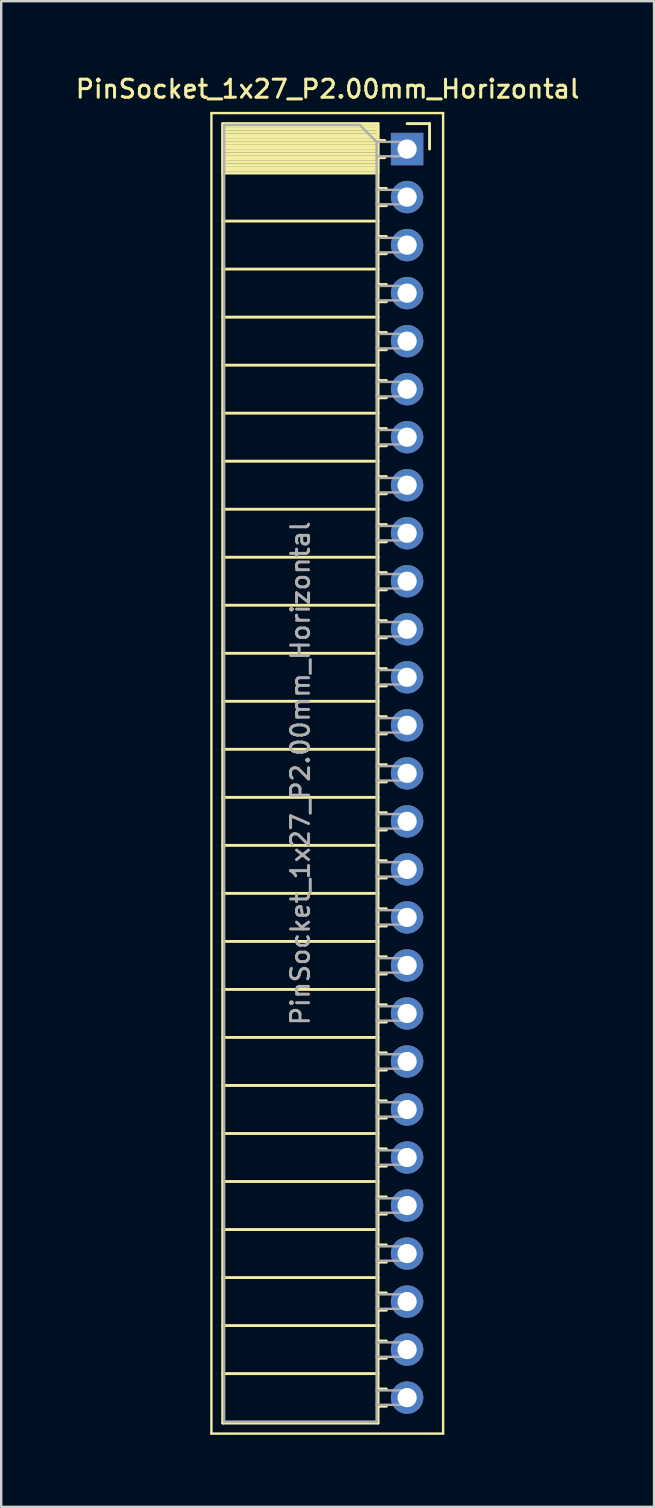
<source format=kicad_pcb>
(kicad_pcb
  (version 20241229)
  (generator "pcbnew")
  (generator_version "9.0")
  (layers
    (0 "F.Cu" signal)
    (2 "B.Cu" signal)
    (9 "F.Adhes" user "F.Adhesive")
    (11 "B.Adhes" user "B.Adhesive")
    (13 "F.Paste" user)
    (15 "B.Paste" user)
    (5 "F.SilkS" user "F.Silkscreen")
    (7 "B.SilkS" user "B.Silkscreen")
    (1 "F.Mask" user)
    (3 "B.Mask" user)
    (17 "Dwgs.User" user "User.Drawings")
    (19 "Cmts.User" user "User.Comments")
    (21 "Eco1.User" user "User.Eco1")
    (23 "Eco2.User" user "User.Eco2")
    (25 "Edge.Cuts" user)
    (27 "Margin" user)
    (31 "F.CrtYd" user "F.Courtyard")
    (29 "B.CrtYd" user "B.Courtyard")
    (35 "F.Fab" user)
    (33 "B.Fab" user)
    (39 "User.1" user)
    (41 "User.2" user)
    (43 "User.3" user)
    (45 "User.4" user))
  (footprint "PinSocket_1x27_P2.00mm_Horizontal"
    (layer "F.Cu")
    (at 13.905 3.158)
    (property "Reference" "PinSocket_1x27_P2.00mm_Horizontal" (at -3.31 -2.5 0) (layer "F.SilkS") (effects (font (size 0.75 0.75) (thickness 0.125))))
    (attr through_hole)
    (fp_line (start -8.15 -1.5) (end -8.15 53.5) (stroke (width 0.1) (type solid)) (layer "F.SilkS"))
    (fp_line (start -8.15 53.5) (end 1.5 53.5) (stroke (width 0.1) (type solid)) (layer "F.SilkS"))
    (fp_line (start -7.68 -1.06) (end -7.68 53.06) (stroke (width 0.12) (type solid)) (layer "F.SilkS"))
    (fp_line (start -7.68 -1.06) (end -1.21 -1.06) (stroke (width 0.12) (type solid)) (layer "F.SilkS"))
    (fp_line (start -7.68 -0.94) (end -1.21 -0.94) (stroke (width 0.12) (type solid)) (layer "F.SilkS"))
    (fp_line (start -7.68 -0.826) (end -1.21 -0.826) (stroke (width 0.12) (type solid)) (layer "F.SilkS"))
    (fp_line (start -7.68 -0.712) (end -1.21 -0.712) (stroke (width 0.12) (type solid)) (layer "F.SilkS"))
    (fp_line (start -7.68 -0.598) (end -1.21 -0.598) (stroke (width 0.12) (type solid)) (layer "F.SilkS"))
    (fp_line (start -7.68 -0.484) (end -1.21 -0.484) (stroke (width 0.12) (type solid)) (layer "F.SilkS"))
    (fp_line (start -7.68 -0.369) (end -1.21 -0.369) (stroke (width 0.12) (type solid)) (layer "F.SilkS"))
    (fp_line (start -7.68 -0.255) (end -1.21 -0.255) (stroke (width 0.12) (type solid)) (layer "F.SilkS"))
    (fp_line (start -7.68 -0.141) (end -1.21 -0.141) (stroke (width 0.12) (type solid)) (layer "F.SilkS"))
    (fp_line (start -7.68 -0.027) (end -1.21 -0.027) (stroke (width 0.12) (type solid)) (layer "F.SilkS"))
    (fp_line (start -7.68 0.087) (end -1.21 0.087) (stroke (width 0.12) (type solid)) (layer "F.SilkS"))
    (fp_line (start -7.68 0.201) (end -1.21 0.201) (stroke (width 0.12) (type solid)) (layer "F.SilkS"))
    (fp_line (start -7.68 0.315) (end -1.21 0.315) (stroke (width 0.12) (type solid)) (layer "F.SilkS"))
    (fp_line (start -7.68 0.429) (end -1.21 0.429) (stroke (width 0.12) (type solid)) (layer "F.SilkS"))
    (fp_line (start -7.68 0.544) (end -1.21 0.544) (stroke (width 0.12) (type solid)) (layer "F.SilkS"))
    (fp_line (start -7.68 0.658) (end -1.21 0.658) (stroke (width 0.12) (type solid)) (layer "F.SilkS"))
    (fp_line (start -7.68 0.772) (end -1.21 0.772) (stroke (width 0.12) (type solid)) (layer "F.SilkS"))
    (fp_line (start -7.68 0.886) (end -1.21 0.886) (stroke (width 0.12) (type solid)) (layer "F.SilkS"))
    (fp_line (start -7.68 1) (end -1.21 1) (stroke (width 0.12) (type solid)) (layer "F.SilkS"))
    (fp_line (start -7.68 3) (end -1.21 3) (stroke (width 0.12) (type solid)) (layer "F.SilkS"))
    (fp_line (start -7.68 5) (end -1.21 5) (stroke (width 0.12) (type solid)) (layer "F.SilkS"))
    (fp_line (start -7.68 7) (end -1.21 7) (stroke (width 0.12) (type solid)) (layer "F.SilkS"))
    (fp_line (start -7.68 9) (end -1.21 9) (stroke (width 0.12) (type solid)) (layer "F.SilkS"))
    (fp_line (start -7.68 11) (end -1.21 11) (stroke (width 0.12) (type solid)) (layer "F.SilkS"))
    (fp_line (start -7.68 13) (end -1.21 13) (stroke (width 0.12) (type solid)) (layer "F.SilkS"))
    (fp_line (start -7.68 15) (end -1.21 15) (stroke (width 0.12) (type solid)) (layer "F.SilkS"))
    (fp_line (start -7.68 17) (end -1.21 17) (stroke (width 0.12) (type solid)) (layer "F.SilkS"))
    (fp_line (start -7.68 19) (end -1.21 19) (stroke (width 0.12) (type solid)) (layer "F.SilkS"))
    (fp_line (start -7.68 21) (end -1.21 21) (stroke (width 0.12) (type solid)) (layer "F.SilkS"))
    (fp_line (start -7.68 23) (end -1.21 23) (stroke (width 0.12) (type solid)) (layer "F.SilkS"))
    (fp_line (start -7.68 25) (end -1.21 25) (stroke (width 0.12) (type solid)) (layer "F.SilkS"))
    (fp_line (start -7.68 27) (end -1.21 27) (stroke (width 0.12) (type solid)) (layer "F.SilkS"))
    (fp_line (start -7.68 29) (end -1.21 29) (stroke (width 0.12) (type solid)) (layer "F.SilkS"))
    (fp_line (start -7.68 31) (end -1.21 31) (stroke (width 0.12) (type solid)) (layer "F.SilkS"))
    (fp_line (start -7.68 33) (end -1.21 33) (stroke (width 0.12) (type solid)) (layer "F.SilkS"))
    (fp_line (start -7.68 35) (end -1.21 35) (stroke (width 0.12) (type solid)) (layer "F.SilkS"))
    (fp_line (start -7.68 37) (end -1.21 37) (stroke (width 0.12) (type solid)) (layer "F.SilkS"))
    (fp_line (start -7.68 39) (end -1.21 39) (stroke (width 0.12) (type solid)) (layer "F.SilkS"))
    (fp_line (start -7.68 41) (end -1.21 41) (stroke (width 0.12) (type solid)) (layer "F.SilkS"))
    (fp_line (start -7.68 43) (end -1.21 43) (stroke (width 0.12) (type solid)) (layer "F.SilkS"))
    (fp_line (start -7.68 45) (end -1.21 45) (stroke (width 0.12) (type solid)) (layer "F.SilkS"))
    (fp_line (start -7.68 47) (end -1.21 47) (stroke (width 0.12) (type solid)) (layer "F.SilkS"))
    (fp_line (start -7.68 49) (end -1.21 49) (stroke (width 0.12) (type solid)) (layer "F.SilkS"))
    (fp_line (start -7.68 51) (end -1.21 51) (stroke (width 0.12) (type solid)) (layer "F.SilkS"))
    (fp_line (start -7.68 53.06) (end -1.21 53.06) (stroke (width 0.12) (type solid)) (layer "F.SilkS"))
    (fp_line (start -1.21 -1.06) (end -1.21 53.06) (stroke (width 0.12) (type solid)) (layer "F.SilkS"))
    (fp_line (start -1.21 -0.36) (end -0.935 -0.36) (stroke (width 0.12) (type solid)) (layer "F.SilkS"))
    (fp_line (start -1.21 0.36) (end -0.935 0.36) (stroke (width 0.12) (type solid)) (layer "F.SilkS"))
    (fp_line (start -1.21 1.64) (end -0.863 1.64) (stroke (width 0.12) (type solid)) (layer "F.SilkS"))
    (fp_line (start -1.21 2.36) (end -0.863 2.36) (stroke (width 0.12) (type solid)) (layer "F.SilkS"))
    (fp_line (start -1.21 3.64) (end -0.863 3.64) (stroke (width 0.12) (type solid)) (layer "F.SilkS"))
    (fp_line (start -1.21 4.36) (end -0.863 4.36) (stroke (width 0.12) (type solid)) (layer "F.SilkS"))
    (fp_line (start -1.21 5.64) (end -0.863 5.64) (stroke (width 0.12) (type solid)) (layer "F.SilkS"))
    (fp_line (start -1.21 6.36) (end -0.863 6.36) (stroke (width 0.12) (type solid)) (layer "F.SilkS"))
    (fp_line (start -1.21 7.64) (end -0.863 7.64) (stroke (width 0.12) (type solid)) (layer "F.SilkS"))
    (fp_line (start -1.21 8.36) (end -0.863 8.36) (stroke (width 0.12) (type solid)) (layer "F.SilkS"))
    (fp_line (start -1.21 9.64) (end -0.863 9.64) (stroke (width 0.12) (type solid)) (layer "F.SilkS"))
    (fp_line (start -1.21 10.36) (end -0.863 10.36) (stroke (width 0.12) (type solid)) (layer "F.SilkS"))
    (fp_line (start -1.21 11.64) (end -0.863 11.64) (stroke (width 0.12) (type solid)) (layer "F.SilkS"))
    (fp_line (start -1.21 12.36) (end -0.863 12.36) (stroke (width 0.12) (type solid)) (layer "F.SilkS"))
    (fp_line (start -1.21 13.64) (end -0.863 13.64) (stroke (width 0.12) (type solid)) (layer "F.SilkS"))
    (fp_line (start -1.21 14.36) (end -0.863 14.36) (stroke (width 0.12) (type solid)) (layer "F.SilkS"))
    (fp_line (start -1.21 15.64) (end -0.863 15.64) (stroke (width 0.12) (type solid)) (layer "F.SilkS"))
    (fp_line (start -1.21 16.36) (end -0.863 16.36) (stroke (width 0.12) (type solid)) (layer "F.SilkS"))
    (fp_line (start -1.21 17.64) (end -0.863 17.64) (stroke (width 0.12) (type solid)) (layer "F.SilkS"))
    (fp_line (start -1.21 18.36) (end -0.863 18.36) (stroke (width 0.12) (type solid)) (layer "F.SilkS"))
    (fp_line (start -1.21 19.64) (end -0.863 19.64) (stroke (width 0.12) (type solid)) (layer "F.SilkS"))
    (fp_line (start -1.21 20.36) (end -0.863 20.36) (stroke (width 0.12) (type solid)) (layer "F.SilkS"))
    (fp_line (start -1.21 21.64) (end -0.863 21.64) (stroke (width 0.12) (type solid)) (layer "F.SilkS"))
    (fp_line (start -1.21 22.36) (end -0.863 22.36) (stroke (width 0.12) (type solid)) (layer "F.SilkS"))
    (fp_line (start -1.21 23.64) (end -0.863 23.64) (stroke (width 0.12) (type solid)) (layer "F.SilkS"))
    (fp_line (start -1.21 24.36) (end -0.863 24.36) (stroke (width 0.12) (type solid)) (layer "F.SilkS"))
    (fp_line (start -1.21 25.64) (end -0.863 25.64) (stroke (width 0.12) (type solid)) (layer "F.SilkS"))
    (fp_line (start -1.21 26.36) (end -0.863 26.36) (stroke (width 0.12) (type solid)) (layer "F.SilkS"))
    (fp_line (start -1.21 27.64) (end -0.863 27.64) (stroke (width 0.12) (type solid)) (layer "F.SilkS"))
    (fp_line (start -1.21 28.36) (end -0.863 28.36) (stroke (width 0.12) (type solid)) (layer "F.SilkS"))
    (fp_line (start -1.21 29.64) (end -0.863 29.64) (stroke (width 0.12) (type solid)) (layer "F.SilkS"))
    (fp_line (start -1.21 30.36) (end -0.863 30.36) (stroke (width 0.12) (type solid)) (layer "F.SilkS"))
    (fp_line (start -1.21 31.64) (end -0.863 31.64) (stroke (width 0.12) (type solid)) (layer "F.SilkS"))
    (fp_line (start -1.21 32.36) (end -0.863 32.36) (stroke (width 0.12) (type solid)) (layer "F.SilkS"))
    (fp_line (start -1.21 33.64) (end -0.863 33.64) (stroke (width 0.12) (type solid)) (layer "F.SilkS"))
    (fp_line (start -1.21 34.36) (end -0.863 34.36) (stroke (width 0.12) (type solid)) (layer "F.SilkS"))
    (fp_line (start -1.21 35.64) (end -0.863 35.64) (stroke (width 0.12) (type solid)) (layer "F.SilkS"))
    (fp_line (start -1.21 36.36) (end -0.863 36.36) (stroke (width 0.12) (type solid)) (layer "F.SilkS"))
    (fp_line (start -1.21 37.64) (end -0.863 37.64) (stroke (width 0.12) (type solid)) (layer "F.SilkS"))
    (fp_line (start -1.21 38.36) (end -0.863 38.36) (stroke (width 0.12) (type solid)) (layer "F.SilkS"))
    (fp_line (start -1.21 39.64) (end -0.863 39.64) (stroke (width 0.12) (type solid)) (layer "F.SilkS"))
    (fp_line (start -1.21 40.36) (end -0.863 40.36) (stroke (width 0.12) (type solid)) (layer "F.SilkS"))
    (fp_line (start -1.21 41.64) (end -0.863 41.64) (stroke (width 0.12) (type solid)) (layer "F.SilkS"))
    (fp_line (start -1.21 42.36) (end -0.863 42.36) (stroke (width 0.12) (type solid)) (layer "F.SilkS"))
    (fp_line (start -1.21 43.64) (end -0.863 43.64) (stroke (width 0.12) (type solid)) (layer "F.SilkS"))
    (fp_line (start -1.21 44.36) (end -0.863 44.36) (stroke (width 0.12) (type solid)) (layer "F.SilkS"))
    (fp_line (start -1.21 45.64) (end -0.863 45.64) (stroke (width 0.12) (type solid)) (layer "F.SilkS"))
    (fp_line (start -1.21 46.36) (end -0.863 46.36) (stroke (width 0.12) (type solid)) (layer "F.SilkS"))
    (fp_line (start -1.21 47.64) (end -0.863 47.64) (stroke (width 0.12) (type solid)) (layer "F.SilkS"))
    (fp_line (start -1.21 48.36) (end -0.863 48.36) (stroke (width 0.12) (type solid)) (layer "F.SilkS"))
    (fp_line (start -1.21 49.64) (end -0.863 49.64) (stroke (width 0.12) (type solid)) (layer "F.SilkS"))
    (fp_line (start -1.21 50.36) (end -0.863 50.36) (stroke (width 0.12) (type solid)) (layer "F.SilkS"))
    (fp_line (start -1.21 51.64) (end -0.863 51.64) (stroke (width 0.12) (type solid)) (layer "F.SilkS"))
    (fp_line (start -1.21 52.36) (end -0.863 52.36) (stroke (width 0.12) (type solid)) (layer "F.SilkS"))
    (fp_line (start 0 -1.06) (end 0.935 -1.06) (stroke (width 0.12) (type solid)) (layer "F.SilkS"))
    (fp_line (start 0.935 -1.06) (end 0.935 0) (stroke (width 0.12) (type solid)) (layer "F.SilkS"))
    (fp_line (start 1.5 -1.5) (end -8.15 -1.5) (stroke (width 0.1) (type solid)) (layer "F.SilkS"))
    (fp_line (start 1.5 53.5) (end 1.5 -1.5) (stroke (width 0.1) (type solid)) (layer "F.SilkS"))
    (fp_line (start -7.62 -1) (end -1.97 -1) (stroke (width 0.1) (type solid)) (layer "F.Fab"))
    (fp_line (start -7.62 53) (end -7.62 -1) (stroke (width 0.1) (type solid)) (layer "F.Fab"))
    (fp_line (start -1.97 -1) (end -1.27 -0.3) (stroke (width 0.1) (type solid)) (layer "F.Fab"))
    (fp_line (start -1.27 -0.3) (end -1.27 53) (stroke (width 0.1) (type solid)) (layer "F.Fab"))
    (fp_line (start -1.27 0.3) (end 0 0.3) (stroke (width 0.1) (type solid)) (layer "F.Fab"))
    (fp_line (start -1.27 2.3) (end 0 2.3) (stroke (width 0.1) (type solid)) (layer "F.Fab"))
    (fp_line (start -1.27 4.3) (end 0 4.3) (stroke (width 0.1) (type solid)) (layer "F.Fab"))
    (fp_line (start -1.27 6.3) (end 0 6.3) (stroke (width 0.1) (type solid)) (layer "F.Fab"))
    (fp_line (start -1.27 8.3) (end 0 8.3) (stroke (width 0.1) (type solid)) (layer "F.Fab"))
    (fp_line (start -1.27 10.3) (end 0 10.3) (stroke (width 0.1) (type solid)) (layer "F.Fab"))
    (fp_line (start -1.27 12.3) (end 0 12.3) (stroke (width 0.1) (type solid)) (layer "F.Fab"))
    (fp_line (start -1.27 14.3) (end 0 14.3) (stroke (width 0.1) (type solid)) (layer "F.Fab"))
    (fp_line (start -1.27 16.3) (end 0 16.3) (stroke (width 0.1) (type solid)) (layer "F.Fab"))
    (fp_line (start -1.27 18.3) (end 0 18.3) (stroke (width 0.1) (type solid)) (layer "F.Fab"))
    (fp_line (start -1.27 20.3) (end 0 20.3) (stroke (width 0.1) (type solid)) (layer "F.Fab"))
    (fp_line (start -1.27 22.3) (end 0 22.3) (stroke (width 0.1) (type solid)) (layer "F.Fab"))
    (fp_line (start -1.27 24.3) (end 0 24.3) (stroke (width 0.1) (type solid)) (layer "F.Fab"))
    (fp_line (start -1.27 26.3) (end 0 26.3) (stroke (width 0.1) (type solid)) (layer "F.Fab"))
    (fp_line (start -1.27 28.3) (end 0 28.3) (stroke (width 0.1) (type solid)) (layer "F.Fab"))
    (fp_line (start -1.27 30.3) (end 0 30.3) (stroke (width 0.1) (type solid)) (layer "F.Fab"))
    (fp_line (start -1.27 32.3) (end 0 32.3) (stroke (width 0.1) (type solid)) (layer "F.Fab"))
    (fp_line (start -1.27 34.3) (end 0 34.3) (stroke (width 0.1) (type solid)) (layer "F.Fab"))
    (fp_line (start -1.27 36.3) (end 0 36.3) (stroke (width 0.1) (type solid)) (layer "F.Fab"))
    (fp_line (start -1.27 38.3) (end 0 38.3) (stroke (width 0.1) (type solid)) (layer "F.Fab"))
    (fp_line (start -1.27 40.3) (end 0 40.3) (stroke (width 0.1) (type solid)) (layer "F.Fab"))
    (fp_line (start -1.27 42.3) (end 0 42.3) (stroke (width 0.1) (type solid)) (layer "F.Fab"))
    (fp_line (start -1.27 44.3) (end 0 44.3) (stroke (width 0.1) (type solid)) (layer "F.Fab"))
    (fp_line (start -1.27 46.3) (end 0 46.3) (stroke (width 0.1) (type solid)) (layer "F.Fab"))
    (fp_line (start -1.27 48.3) (end 0 48.3) (stroke (width 0.1) (type solid)) (layer "F.Fab"))
    (fp_line (start -1.27 50.3) (end 0 50.3) (stroke (width 0.1) (type solid)) (layer "F.Fab"))
    (fp_line (start -1.27 52.3) (end 0 52.3) (stroke (width 0.1) (type solid)) (layer "F.Fab"))
    (fp_line (start -1.27 53) (end -7.62 53) (stroke (width 0.1) (type solid)) (layer "F.Fab"))
    (fp_line (start 0 -0.3) (end -1.27 -0.3) (stroke (width 0.1) (type solid)) (layer "F.Fab"))
    (fp_line (start 0 0.3) (end 0 -0.3) (stroke (width 0.1) (type solid)) (layer "F.Fab"))
    (fp_line (start 0 1.7) (end -1.27 1.7) (stroke (width 0.1) (type solid)) (layer "F.Fab"))
    (fp_line (start 0 2.3) (end 0 1.7) (stroke (width 0.1) (type solid)) (layer "F.Fab"))
    (fp_line (start 0 3.7) (end -1.27 3.7) (stroke (width 0.1) (type solid)) (layer "F.Fab"))
    (fp_line (start 0 4.3) (end 0 3.7) (stroke (width 0.1) (type solid)) (layer "F.Fab"))
    (fp_line (start 0 5.7) (end -1.27 5.7) (stroke (width 0.1) (type solid)) (layer "F.Fab"))
    (fp_line (start 0 6.3) (end 0 5.7) (stroke (width 0.1) (type solid)) (layer "F.Fab"))
    (fp_line (start 0 7.7) (end -1.27 7.7) (stroke (width 0.1) (type solid)) (layer "F.Fab"))
    (fp_line (start 0 8.3) (end 0 7.7) (stroke (width 0.1) (type solid)) (layer "F.Fab"))
    (fp_line (start 0 9.7) (end -1.27 9.7) (stroke (width 0.1) (type solid)) (layer "F.Fab"))
    (fp_line (start 0 10.3) (end 0 9.7) (stroke (width 0.1) (type solid)) (layer "F.Fab"))
    (fp_line (start 0 11.7) (end -1.27 11.7) (stroke (width 0.1) (type solid)) (layer "F.Fab"))
    (fp_line (start 0 12.3) (end 0 11.7) (stroke (width 0.1) (type solid)) (layer "F.Fab"))
    (fp_line (start 0 13.7) (end -1.27 13.7) (stroke (width 0.1) (type solid)) (layer "F.Fab"))
    (fp_line (start 0 14.3) (end 0 13.7) (stroke (width 0.1) (type solid)) (layer "F.Fab"))
    (fp_line (start 0 15.7) (end -1.27 15.7) (stroke (width 0.1) (type solid)) (layer "F.Fab"))
    (fp_line (start 0 16.3) (end 0 15.7) (stroke (width 0.1) (type solid)) (layer "F.Fab"))
    (fp_line (start 0 17.7) (end -1.27 17.7) (stroke (width 0.1) (type solid)) (layer "F.Fab"))
    (fp_line (start 0 18.3) (end 0 17.7) (stroke (width 0.1) (type solid)) (layer "F.Fab"))
    (fp_line (start 0 19.7) (end -1.27 19.7) (stroke (width 0.1) (type solid)) (layer "F.Fab"))
    (fp_line (start 0 20.3) (end 0 19.7) (stroke (width 0.1) (type solid)) (layer "F.Fab"))
    (fp_line (start 0 21.7) (end -1.27 21.7) (stroke (width 0.1) (type solid)) (layer "F.Fab"))
    (fp_line (start 0 22.3) (end 0 21.7) (stroke (width 0.1) (type solid)) (layer "F.Fab"))
    (fp_line (start 0 23.7) (end -1.27 23.7) (stroke (width 0.1) (type solid)) (layer "F.Fab"))
    (fp_line (start 0 24.3) (end 0 23.7) (stroke (width 0.1) (type solid)) (layer "F.Fab"))
    (fp_line (start 0 25.7) (end -1.27 25.7) (stroke (width 0.1) (type solid)) (layer "F.Fab"))
    (fp_line (start 0 26.3) (end 0 25.7) (stroke (width 0.1) (type solid)) (layer "F.Fab"))
    (fp_line (start 0 27.7) (end -1.27 27.7) (stroke (width 0.1) (type solid)) (layer "F.Fab"))
    (fp_line (start 0 28.3) (end 0 27.7) (stroke (width 0.1) (type solid)) (layer "F.Fab"))
    (fp_line (start 0 29.7) (end -1.27 29.7) (stroke (width 0.1) (type solid)) (layer "F.Fab"))
    (fp_line (start 0 30.3) (end 0 29.7) (stroke (width 0.1) (type solid)) (layer "F.Fab"))
    (fp_line (start 0 31.7) (end -1.27 31.7) (stroke (width 0.1) (type solid)) (layer "F.Fab"))
    (fp_line (start 0 32.3) (end 0 31.7) (stroke (width 0.1) (type solid)) (layer "F.Fab"))
    (fp_line (start 0 33.7) (end -1.27 33.7) (stroke (width 0.1) (type solid)) (layer "F.Fab"))
    (fp_line (start 0 34.3) (end 0 33.7) (stroke (width 0.1) (type solid)) (layer "F.Fab"))
    (fp_line (start 0 35.7) (end -1.27 35.7) (stroke (width 0.1) (type solid)) (layer "F.Fab"))
    (fp_line (start 0 36.3) (end 0 35.7) (stroke (width 0.1) (type solid)) (layer "F.Fab"))
    (fp_line (start 0 37.7) (end -1.27 37.7) (stroke (width 0.1) (type solid)) (layer "F.Fab"))
    (fp_line (start 0 38.3) (end 0 37.7) (stroke (width 0.1) (type solid)) (layer "F.Fab"))
    (fp_line (start 0 39.7) (end -1.27 39.7) (stroke (width 0.1) (type solid)) (layer "F.Fab"))
    (fp_line (start 0 40.3) (end 0 39.7) (stroke (width 0.1) (type solid)) (layer "F.Fab"))
    (fp_line (start 0 41.7) (end -1.27 41.7) (stroke (width 0.1) (type solid)) (layer "F.Fab"))
    (fp_line (start 0 42.3) (end 0 41.7) (stroke (width 0.1) (type solid)) (layer "F.Fab"))
    (fp_line (start 0 43.7) (end -1.27 43.7) (stroke (width 0.1) (type solid)) (layer "F.Fab"))
    (fp_line (start 0 44.3) (end 0 43.7) (stroke (width 0.1) (type solid)) (layer "F.Fab"))
    (fp_line (start 0 45.7) (end -1.27 45.7) (stroke (width 0.1) (type solid)) (layer "F.Fab"))
    (fp_line (start 0 46.3) (end 0 45.7) (stroke (width 0.1) (type solid)) (layer "F.Fab"))
    (fp_line (start 0 47.7) (end -1.27 47.7) (stroke (width 0.1) (type solid)) (layer "F.Fab"))
    (fp_line (start 0 48.3) (end 0 47.7) (stroke (width 0.1) (type solid)) (layer "F.Fab"))
    (fp_line (start 0 49.7) (end -1.27 49.7) (stroke (width 0.1) (type solid)) (layer "F.Fab"))
    (fp_line (start 0 50.3) (end 0 49.7) (stroke (width 0.1) (type solid)) (layer "F.Fab"))
    (fp_line (start 0 51.7) (end -1.27 51.7) (stroke (width 0.1) (type solid)) (layer "F.Fab"))
    (fp_line (start 0 52.3) (end 0 51.7) (stroke (width 0.1) (type solid)) (layer "F.Fab"))
    (fp_text user "${REFERENCE}" (at -4.445 26 90) (layer "F.Fab") (effects (font (size 0.75 0.75) (thickness 0.125))))
    (pad "1" thru_hole rect (at 0 0) (size 1.35 1.35) (drill 0.8) (layers "*.Cu" "*.Mask"))
    (pad "2" thru_hole oval (at 0 2) (size 1.35 1.35) (drill 0.8) (layers "*.Cu" "*.Mask"))
    (pad "3" thru_hole oval (at 0 4) (size 1.35 1.35) (drill 0.8) (layers "*.Cu" "*.Mask"))
    (pad "4" thru_hole oval (at 0 6) (size 1.35 1.35) (drill 0.8) (layers "*.Cu" "*.Mask"))
    (pad "5" thru_hole oval (at 0 8) (size 1.35 1.35) (drill 0.8) (layers "*.Cu" "*.Mask"))
    (pad "6" thru_hole oval (at 0 10) (size 1.35 1.35) (drill 0.8) (layers "*.Cu" "*.Mask"))
    (pad "7" thru_hole oval (at 0 12) (size 1.35 1.35) (drill 0.8) (layers "*.Cu" "*.Mask"))
    (pad "8" thru_hole oval (at 0 14) (size 1.35 1.35) (drill 0.8) (layers "*.Cu" "*.Mask"))
    (pad "9" thru_hole oval (at 0 16) (size 1.35 1.35) (drill 0.8) (layers "*.Cu" "*.Mask"))
    (pad "10" thru_hole oval (at 0 18) (size 1.35 1.35) (drill 0.8) (layers "*.Cu" "*.Mask"))
    (pad "11" thru_hole oval (at 0 20) (size 1.35 1.35) (drill 0.8) (layers "*.Cu" "*.Mask"))
    (pad "12" thru_hole oval (at 0 22) (size 1.35 1.35) (drill 0.8) (layers "*.Cu" "*.Mask"))
    (pad "13" thru_hole oval (at 0 24) (size 1.35 1.35) (drill 0.8) (layers "*.Cu" "*.Mask"))
    (pad "14" thru_hole oval (at 0 26) (size 1.35 1.35) (drill 0.8) (layers "*.Cu" "*.Mask"))
    (pad "15" thru_hole oval (at 0 28) (size 1.35 1.35) (drill 0.8) (layers "*.Cu" "*.Mask"))
    (pad "16" thru_hole oval (at 0 30) (size 1.35 1.35) (drill 0.8) (layers "*.Cu" "*.Mask"))
    (pad "17" thru_hole oval (at 0 32) (size 1.35 1.35) (drill 0.8) (layers "*.Cu" "*.Mask"))
    (pad "18" thru_hole oval (at 0 34) (size 1.35 1.35) (drill 0.8) (layers "*.Cu" "*.Mask"))
    (pad "19" thru_hole oval (at 0 36) (size 1.35 1.35) (drill 0.8) (layers "*.Cu" "*.Mask"))
    (pad "20" thru_hole oval (at 0 38) (size 1.35 1.35) (drill 0.8) (layers "*.Cu" "*.Mask"))
    (pad "21" thru_hole oval (at 0 40) (size 1.35 1.35) (drill 0.8) (layers "*.Cu" "*.Mask"))
    (pad "22" thru_hole oval (at 0 42) (size 1.35 1.35) (drill 0.8) (layers "*.Cu" "*.Mask"))
    (pad "23" thru_hole oval (at 0 44) (size 1.35 1.35) (drill 0.8) (layers "*.Cu" "*.Mask"))
    (pad "24" thru_hole oval (at 0 46) (size 1.35 1.35) (drill 0.8) (layers "*.Cu" "*.Mask"))
    (pad "25" thru_hole oval (at 0 48) (size 1.35 1.35) (drill 0.8) (layers "*.Cu" "*.Mask"))
    (pad "26" thru_hole oval (at 0 50) (size 1.35 1.35) (drill 0.8) (layers "*.Cu" "*.Mask"))
    (pad "27" thru_hole oval (at 0 52) (size 1.35 1.35) (drill 0.8) (layers "*.Cu" "*.Mask")))
  (gr_rect
    (start -3 -3)
    (end 24.189 59.708)
    (stroke (width 0.1) (type default))
    (fill no)
    (layer "Edge.Cuts")))
</source>
